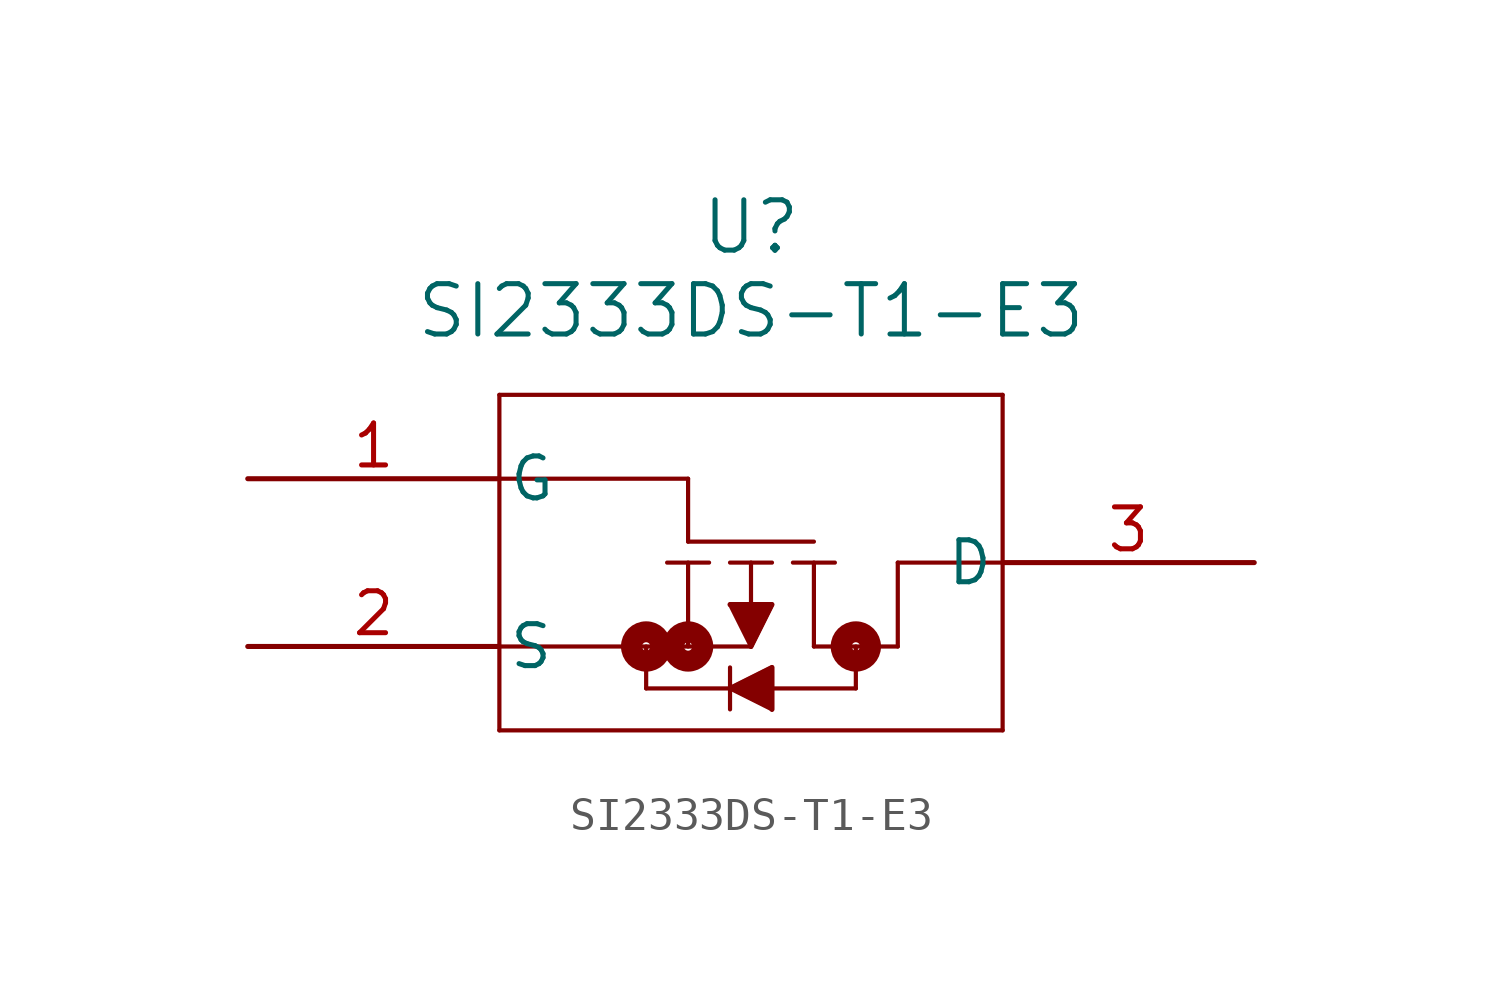
<source format=kicad_sym>
(kicad_symbol_lib
  (version 20231120)
  (generator "kicad_symbol_editor")
  (generator_version "8.0")
  (symbol "SI2333DS-T1-E3"
    (pin_names
      (offset 0.254))
    (property "Reference" "U"
      (at 15.24 7.62 0)
      (effects (font (size 1.524 1.524))))
    (property "Value" "SI2333DS-T1-E3"
      (at 15.24 5.08 0)
      (effects (font (size 1.524 1.524))))
    (symbol "SI2333DS-T1-E3_0_1"
      (polyline (pts (xy 7.62 -7.62) (xy 22.86 -7.62)) (stroke (width 0.127) (type default)) (fill (type none)))
      (polyline (pts (xy 7.62 -5.08) (xy 15.24 -5.08)) (stroke (width 0.127) (type default)) (fill (type none)))
      (polyline (pts (xy 7.62 2.54) (xy 7.62 -7.62)) (stroke (width 0.127) (type default)) (fill (type none)))
      (polyline (pts (xy 12.065 -6.35) (xy 18.415 -6.35)) (stroke (width 0.127) (type default)) (fill (type none)))
      (polyline (pts (xy 12.065 -5.08) (xy 12.065 -6.35)) (stroke (width 0.127) (type default)) (fill (type none)))
      (polyline (pts (xy 13.335 -2.54) (xy 13.335 -5.08)) (stroke (width 0.127) (type default)) (fill (type none)))
      (polyline (pts (xy 13.335 -1.905) (xy 13.335 0)) (stroke (width 0.127) (type default)) (fill (type none)))
      (polyline (pts (xy 13.335 0) (xy 7.62 0)) (stroke (width 0.127) (type default)) (fill (type none)))
      (polyline (pts (xy 13.97 -2.54) (xy 12.7 -2.54)) (stroke (width 0.127) (type default)) (fill (type none)))
      (polyline (pts (xy 14.605 -6.35) (xy 15.875 -5.715)) (stroke (width 0.127) (type default)) (fill (type none)))
      (polyline (pts (xy 14.605 -5.715) (xy 14.605 -6.985)) (stroke (width 0.127) (type default)) (fill (type none)))
      (polyline (pts (xy 14.605 -2.54) (xy 15.875 -2.54)) (stroke (width 0.127) (type default)) (fill (type none)))
      (polyline (pts (xy 15.24 -5.08) (xy 14.605 -3.81)) (stroke (width 0.127) (type default)) (fill (type none)))
      (polyline (pts (xy 15.24 -5.08) (xy 15.875 -3.81)) (stroke (width 0.127) (type default)) (fill (type none)))
      (polyline (pts (xy 15.24 -2.54) (xy 15.24 -5.08)) (stroke (width 0.127) (type default)) (fill (type none)))
      (polyline (pts (xy 15.875 -6.985) (xy 14.605 -6.35)) (stroke (width 0.127) (type default)) (fill (type none)))
      (polyline (pts (xy 15.875 -5.715) (xy 15.875 -6.985)) (stroke (width 0.127) (type default)) (fill (type none)))
      (polyline (pts (xy 15.875 -3.81) (xy 14.605 -3.81)) (stroke (width 0.127) (type default)) (fill (type none)))
      (polyline (pts (xy 16.51 -2.54) (xy 17.78 -2.54)) (stroke (width 0.127) (type default)) (fill (type none)))
      (polyline (pts (xy 17.145 -5.08) (xy 19.685 -5.08)) (stroke (width 0.127) (type default)) (fill (type none)))
      (polyline (pts (xy 17.145 -2.54) (xy 17.145 -5.08)) (stroke (width 0.127) (type default)) (fill (type none)))
      (polyline (pts (xy 17.145 -1.905) (xy 13.335 -1.905)) (stroke (width 0.127) (type default)) (fill (type none)))
      (polyline (pts (xy 18.415 -6.35) (xy 18.415 -5.08)) (stroke (width 0.127) (type default)) (fill (type none)))
      (polyline (pts (xy 19.685 -5.08) (xy 19.685 -2.54)) (stroke (width 0.127) (type default)) (fill (type none)))
      (polyline (pts (xy 19.685 -2.54) (xy 22.86 -2.54)) (stroke (width 0.127) (type default)) (fill (type none)))
      (polyline (pts (xy 22.86 -7.62) (xy 22.86 2.54)) (stroke (width 0.127) (type default)) (fill (type none)))
      (polyline (pts (xy 22.86 2.54) (xy 7.62 2.54)) (stroke (width 0.127) (type default)) (fill (type none)))
      (polyline (pts (xy 14.605 -6.35) (xy 15.875 -5.715) (xy 15.875 -6.985)) (stroke (width 0) (type default)) (fill (type outline)))
      (polyline (pts (xy 14.605 -3.81) (xy 15.875 -3.81) (xy 15.24 -5.08)) (stroke (width 0) (type default)) (fill (type outline)))
      (circle (center 12.065 -5.08) (radius 0.127) (stroke (width 0.635) (type default)) (fill (type none)))
      (circle (center 13.335 -5.08) (radius 0.127) (stroke (width 0.635) (type default)) (fill (type none)))
      (circle (center 18.415 -5.08) (radius 0.127) (stroke (width 0.635) (type default)) (fill (type none)))
      (pin unspecified line (at 0 0 0) (length 7.62) (name "G" (effects (font (size 1.27 1.27)))) (number "1" (effects (font (size 1.27 1.27)))))
      (pin unspecified line (at 0 -5.08 0) (length 7.62) (name "S" (effects (font (size 1.27 1.27)))) (number "2" (effects (font (size 1.27 1.27)))))
      (pin unspecified line (at 30.48 -2.54 180) (length 7.62) (name "D" (effects (font (size 1.27 1.27)))) (number "3" (effects (font (size 1.27 1.27))))))))
</source>
